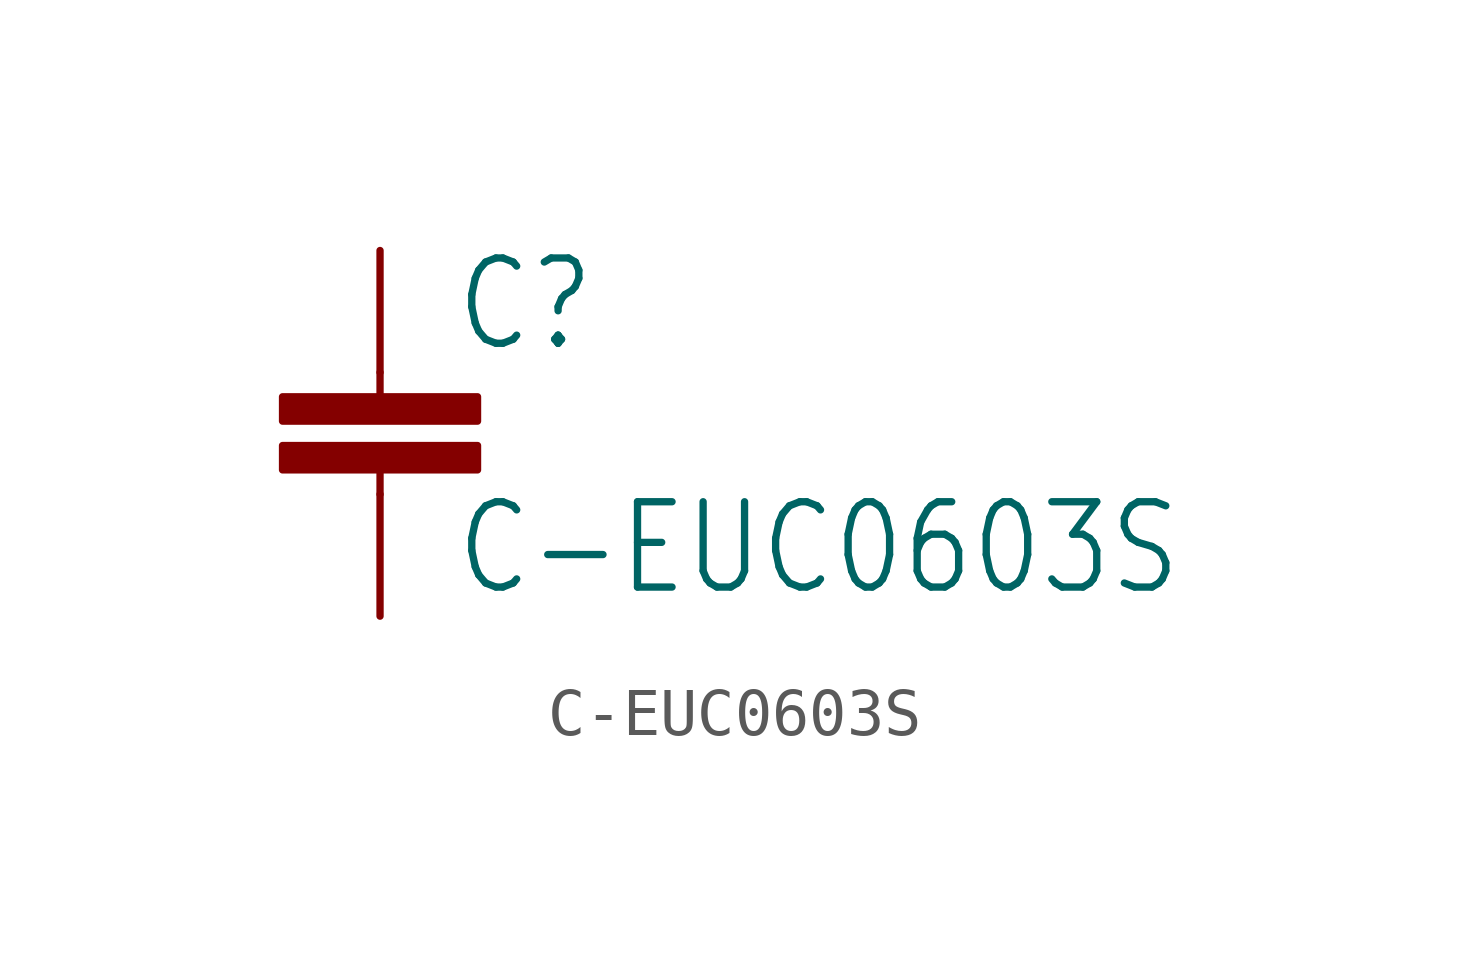
<source format=kicad_sym>
(kicad_symbol_lib
  (version 20211014)
  (generator kicad_symbol_editor)
  (symbol "C-EUC0603S"
    (property "Reference" "C"
      (at 1.524 0.381 0)
      (effects (font (size 1.778 1.511)) (justify left bottom)))
    (property "Value" "C-EUC0603S"
      (at 1.524 -4.699 0)
      (effects (font (size 1.778 1.511)) (justify left bottom)))
    (property "ki_locked" ""
      (at 0 0 0)
      (effects (font (size 1.27 1.27))))
    (symbol "C-EUC0603S_1_0"
      (rectangle (start -2.032 -2.032) (end 2.032 -1.524) (stroke (width 0) (type default) (color 0 0 0 0)) (fill (type outline)))
      (rectangle (start -2.032 -1.016) (end 2.032 -0.508) (stroke (width 0) (type default) (color 0 0 0 0)) (fill (type outline)))
      (polyline (pts (xy 0 -2.54) (xy 0 -2.032)) (stroke (width 0.152) (type default) (color 0 0 0 0)) (fill (type none)))
      (polyline (pts (xy 0 0) (xy 0 -0.508)) (stroke (width 0.152) (type default) (color 0 0 0 0)) (fill (type none)))
      (pin passive line (at 0 2.54 270) (length 2.54) (name "1" (effects (font (size 0 0)))) (number "1" (effects (font (size 0 0)))))
      (pin passive line (at 0 -5.08 90) (length 2.54) (name "2" (effects (font (size 0 0)))) (number "2" (effects (font (size 0 0))))))))
</source>
